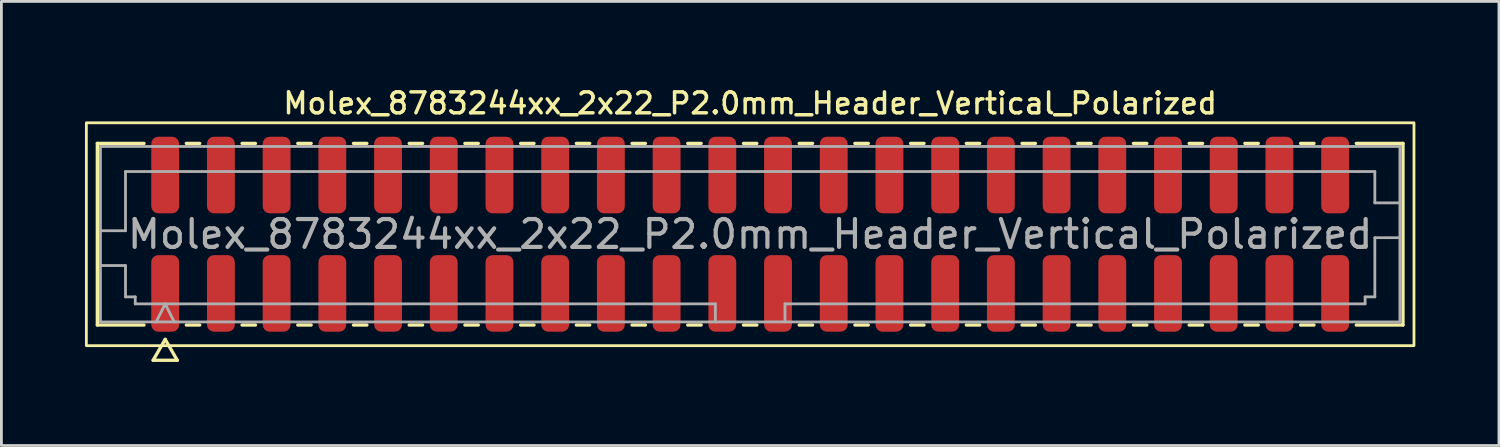
<source format=kicad_pcb>
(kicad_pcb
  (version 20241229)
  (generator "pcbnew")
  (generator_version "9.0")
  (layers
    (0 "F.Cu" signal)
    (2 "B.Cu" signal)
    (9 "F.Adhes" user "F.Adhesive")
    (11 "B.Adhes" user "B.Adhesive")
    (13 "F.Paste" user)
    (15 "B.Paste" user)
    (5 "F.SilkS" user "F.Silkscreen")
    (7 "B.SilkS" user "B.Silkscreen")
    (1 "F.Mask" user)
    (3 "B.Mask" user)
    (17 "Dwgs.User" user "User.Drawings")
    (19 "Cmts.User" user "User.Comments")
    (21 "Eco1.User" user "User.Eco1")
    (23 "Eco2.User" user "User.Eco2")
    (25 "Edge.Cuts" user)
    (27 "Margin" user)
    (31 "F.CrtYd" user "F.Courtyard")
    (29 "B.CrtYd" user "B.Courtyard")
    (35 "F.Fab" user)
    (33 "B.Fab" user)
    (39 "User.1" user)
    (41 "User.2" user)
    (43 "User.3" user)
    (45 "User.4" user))
  (footprint "Molex_8783244xx_2x22_P2.0mm_Header_Vertical_Polarized"
    (layer "F.Cu")
    (at 23.88 5.358)
    (property "Reference" "Molex_8783244xx_2x22_P2.0mm_Header_Vertical_Polarized" (at 0 -4.7 0) (layer "F.SilkS") (effects (font (size 0.75 0.75) (thickness 0.125))))
    (attr smd)
    (fp_line (start -23.435 -3.26) (end -21.76 -3.26) (stroke (width 0.12) (type solid)) (layer "F.SilkS"))
    (fp_line (start -23.435 3.26) (end -23.435 -3.26) (stroke (width 0.12) (type solid)) (layer "F.SilkS"))
    (fp_line (start -21.76 3.26) (end -23.435 3.26) (stroke (width 0.12) (type solid)) (layer "F.SilkS"))
    (fp_line (start -21.433 4.525) (end -21 3.775) (stroke (width 0.12) (type solid)) (layer "F.SilkS"))
    (fp_line (start -21 3.775) (end -20.567 4.525) (stroke (width 0.12) (type solid)) (layer "F.SilkS"))
    (fp_line (start -20.567 4.525) (end -21.433 4.525) (stroke (width 0.12) (type solid)) (layer "F.SilkS"))
    (fp_line (start -20.24 -3.26) (end -19.76 -3.26) (stroke (width 0.12) (type solid)) (layer "F.SilkS"))
    (fp_line (start -19.76 3.26) (end -20.24 3.26) (stroke (width 0.12) (type solid)) (layer "F.SilkS"))
    (fp_line (start -18.24 -3.26) (end -17.76 -3.26) (stroke (width 0.12) (type solid)) (layer "F.SilkS"))
    (fp_line (start -17.76 3.26) (end -18.24 3.26) (stroke (width 0.12) (type solid)) (layer "F.SilkS"))
    (fp_line (start -16.24 -3.26) (end -15.76 -3.26) (stroke (width 0.12) (type solid)) (layer "F.SilkS"))
    (fp_line (start -15.76 3.26) (end -16.24 3.26) (stroke (width 0.12) (type solid)) (layer "F.SilkS"))
    (fp_line (start -14.24 -3.26) (end -13.76 -3.26) (stroke (width 0.12) (type solid)) (layer "F.SilkS"))
    (fp_line (start -13.76 3.26) (end -14.24 3.26) (stroke (width 0.12) (type solid)) (layer "F.SilkS"))
    (fp_line (start -12.24 -3.26) (end -11.76 -3.26) (stroke (width 0.12) (type solid)) (layer "F.SilkS"))
    (fp_line (start -11.76 3.26) (end -12.24 3.26) (stroke (width 0.12) (type solid)) (layer "F.SilkS"))
    (fp_line (start -10.24 -3.26) (end -9.76 -3.26) (stroke (width 0.12) (type solid)) (layer "F.SilkS"))
    (fp_line (start -9.76 3.26) (end -10.24 3.26) (stroke (width 0.12) (type solid)) (layer "F.SilkS"))
    (fp_line (start -8.24 -3.26) (end -7.76 -3.26) (stroke (width 0.12) (type solid)) (layer "F.SilkS"))
    (fp_line (start -7.76 3.26) (end -8.24 3.26) (stroke (width 0.12) (type solid)) (layer "F.SilkS"))
    (fp_line (start -6.24 -3.26) (end -5.76 -3.26) (stroke (width 0.12) (type solid)) (layer "F.SilkS"))
    (fp_line (start -5.76 3.26) (end -6.24 3.26) (stroke (width 0.12) (type solid)) (layer "F.SilkS"))
    (fp_line (start -4.24 -3.26) (end -3.76 -3.26) (stroke (width 0.12) (type solid)) (layer "F.SilkS"))
    (fp_line (start -3.76 3.26) (end -4.24 3.26) (stroke (width 0.12) (type solid)) (layer "F.SilkS"))
    (fp_line (start -2.24 -3.26) (end -1.76 -3.26) (stroke (width 0.12) (type solid)) (layer "F.SilkS"))
    (fp_line (start -1.76 3.26) (end -2.24 3.26) (stroke (width 0.12) (type solid)) (layer "F.SilkS"))
    (fp_line (start -0.24 -3.26) (end 0.24 -3.26) (stroke (width 0.12) (type solid)) (layer "F.SilkS"))
    (fp_line (start 0.24 3.26) (end -0.24 3.26) (stroke (width 0.12) (type solid)) (layer "F.SilkS"))
    (fp_line (start 1.76 -3.26) (end 2.24 -3.26) (stroke (width 0.12) (type solid)) (layer "F.SilkS"))
    (fp_line (start 2.24 3.26) (end 1.76 3.26) (stroke (width 0.12) (type solid)) (layer "F.SilkS"))
    (fp_line (start 3.76 -3.26) (end 4.24 -3.26) (stroke (width 0.12) (type solid)) (layer "F.SilkS"))
    (fp_line (start 4.24 3.26) (end 3.76 3.26) (stroke (width 0.12) (type solid)) (layer "F.SilkS"))
    (fp_line (start 5.76 -3.26) (end 6.24 -3.26) (stroke (width 0.12) (type solid)) (layer "F.SilkS"))
    (fp_line (start 6.24 3.26) (end 5.76 3.26) (stroke (width 0.12) (type solid)) (layer "F.SilkS"))
    (fp_line (start 7.76 -3.26) (end 8.24 -3.26) (stroke (width 0.12) (type solid)) (layer "F.SilkS"))
    (fp_line (start 8.24 3.26) (end 7.76 3.26) (stroke (width 0.12) (type solid)) (layer "F.SilkS"))
    (fp_line (start 9.76 -3.26) (end 10.24 -3.26) (stroke (width 0.12) (type solid)) (layer "F.SilkS"))
    (fp_line (start 10.24 3.26) (end 9.76 3.26) (stroke (width 0.12) (type solid)) (layer "F.SilkS"))
    (fp_line (start 11.76 -3.26) (end 12.24 -3.26) (stroke (width 0.12) (type solid)) (layer "F.SilkS"))
    (fp_line (start 12.24 3.26) (end 11.76 3.26) (stroke (width 0.12) (type solid)) (layer "F.SilkS"))
    (fp_line (start 13.76 -3.26) (end 14.24 -3.26) (stroke (width 0.12) (type solid)) (layer "F.SilkS"))
    (fp_line (start 14.24 3.26) (end 13.76 3.26) (stroke (width 0.12) (type solid)) (layer "F.SilkS"))
    (fp_line (start 15.76 -3.26) (end 16.24 -3.26) (stroke (width 0.12) (type solid)) (layer "F.SilkS"))
    (fp_line (start 16.24 3.26) (end 15.76 3.26) (stroke (width 0.12) (type solid)) (layer "F.SilkS"))
    (fp_line (start 17.76 -3.26) (end 18.24 -3.26) (stroke (width 0.12) (type solid)) (layer "F.SilkS"))
    (fp_line (start 18.24 3.26) (end 17.76 3.26) (stroke (width 0.12) (type solid)) (layer "F.SilkS"))
    (fp_line (start 19.76 -3.26) (end 20.24 -3.26) (stroke (width 0.12) (type solid)) (layer "F.SilkS"))
    (fp_line (start 20.24 3.26) (end 19.76 3.26) (stroke (width 0.12) (type solid)) (layer "F.SilkS"))
    (fp_line (start 21.76 -3.26) (end 23.435 -3.26) (stroke (width 0.12) (type solid)) (layer "F.SilkS"))
    (fp_line (start 23.435 -3.26) (end 23.435 3.26) (stroke (width 0.12) (type solid)) (layer "F.SilkS"))
    (fp_line (start 23.435 3.26) (end 21.76 3.26) (stroke (width 0.12) (type solid)) (layer "F.SilkS"))
    (fp_rect (start -23.83 -4) (end 23.83 4) (stroke (width 0.1) (type solid)) (fill no) (layer "F.SilkS"))
    (fp_line (start -23.325 -3.15) (end 23.325 -3.15) (stroke (width 0.1) (type solid)) (layer "F.Fab"))
    (fp_line (start -23.325 -0.125) (end -22.425 -0.125) (stroke (width 0.1) (type solid)) (layer "F.Fab"))
    (fp_line (start -23.325 1.125) (end -22.425 1.125) (stroke (width 0.1) (type solid)) (layer "F.Fab"))
    (fp_line (start -23.325 3.15) (end -23.325 -3.15) (stroke (width 0.1) (type solid)) (layer "F.Fab"))
    (fp_line (start -22.425 -2.25) (end 22.425 -2.25) (stroke (width 0.1) (type solid)) (layer "F.Fab"))
    (fp_line (start -22.425 -0.125) (end -22.425 -2.25) (stroke (width 0.1) (type solid)) (layer "F.Fab"))
    (fp_line (start -22.425 1.125) (end -22.425 2.25) (stroke (width 0.1) (type solid)) (layer "F.Fab"))
    (fp_line (start -22.425 2.25) (end -22.075 2.25) (stroke (width 0.1) (type solid)) (layer "F.Fab"))
    (fp_line (start -22.075 2.25) (end -22.075 2.5) (stroke (width 0.1) (type solid)) (layer "F.Fab"))
    (fp_line (start -22.075 2.5) (end -1.25 2.5) (stroke (width 0.1) (type solid)) (layer "F.Fab"))
    (fp_line (start -21.325 3.15) (end -21 2.5) (stroke (width 0.1) (type solid)) (layer "F.Fab"))
    (fp_line (start -21 2.5) (end -20.675 3.15) (stroke (width 0.1) (type solid)) (layer "F.Fab"))
    (fp_line (start -1.25 2.5) (end -1.25 3.15) (stroke (width 0.1) (type solid)) (layer "F.Fab"))
    (fp_line (start 1.25 2.5) (end 1.25 3.15) (stroke (width 0.1) (type solid)) (layer "F.Fab"))
    (fp_line (start 1.25 2.5) (end 22.075 2.5) (stroke (width 0.1) (type solid)) (layer "F.Fab"))
    (fp_line (start 22.075 2.25) (end 22.425 2.25) (stroke (width 0.1) (type solid)) (layer "F.Fab"))
    (fp_line (start 22.075 2.5) (end 22.075 2.25) (stroke (width 0.1) (type solid)) (layer "F.Fab"))
    (fp_line (start 22.425 -2.25) (end 22.425 -1.125) (stroke (width 0.1) (type solid)) (layer "F.Fab"))
    (fp_line (start 22.425 -1.125) (end 23.325 -1.125) (stroke (width 0.1) (type solid)) (layer "F.Fab"))
    (fp_line (start 22.425 0.125) (end 23.325 0.125) (stroke (width 0.1) (type solid)) (layer "F.Fab"))
    (fp_line (start 22.425 2.25) (end 22.425 0.125) (stroke (width 0.1) (type solid)) (layer "F.Fab"))
    (fp_line (start 23.325 -3.15) (end 23.325 3.15) (stroke (width 0.1) (type solid)) (layer "F.Fab"))
    (fp_line (start 23.325 3.15) (end -23.325 3.15) (stroke (width 0.1) (type solid)) (layer "F.Fab"))
    (fp_text user "${REFERENCE}" (at 0 0 0) (layer "F.Fab") (effects (font (size 1 1) (thickness 0.15))))
    (pad "1" smd roundrect (at -21 2.125) (size 1 2.75) (layers "F.Cu" "F.Mask" "F.Paste") (roundrect_rratio 0.25))
    (pad "2" smd roundrect (at -21 -2.125) (size 1 2.75) (layers "F.Cu" "F.Mask" "F.Paste") (roundrect_rratio 0.25))
    (pad "3" smd roundrect (at -19 2.125) (size 1 2.75) (layers "F.Cu" "F.Mask" "F.Paste") (roundrect_rratio 0.25))
    (pad "4" smd roundrect (at -19 -2.125) (size 1 2.75) (layers "F.Cu" "F.Mask" "F.Paste") (roundrect_rratio 0.25))
    (pad "5" smd roundrect (at -17 2.125) (size 1 2.75) (layers "F.Cu" "F.Mask" "F.Paste") (roundrect_rratio 0.25))
    (pad "6" smd roundrect (at -17 -2.125) (size 1 2.75) (layers "F.Cu" "F.Mask" "F.Paste") (roundrect_rratio 0.25))
    (pad "7" smd roundrect (at -15 2.125) (size 1 2.75) (layers "F.Cu" "F.Mask" "F.Paste") (roundrect_rratio 0.25))
    (pad "8" smd roundrect (at -15 -2.125) (size 1 2.75) (layers "F.Cu" "F.Mask" "F.Paste") (roundrect_rratio 0.25))
    (pad "9" smd roundrect (at -13 2.125) (size 1 2.75) (layers "F.Cu" "F.Mask" "F.Paste") (roundrect_rratio 0.25))
    (pad "10" smd roundrect (at -13 -2.125) (size 1 2.75) (layers "F.Cu" "F.Mask" "F.Paste") (roundrect_rratio 0.25))
    (pad "11" smd roundrect (at -11 2.125) (size 1 2.75) (layers "F.Cu" "F.Mask" "F.Paste") (roundrect_rratio 0.25))
    (pad "12" smd roundrect (at -11 -2.125) (size 1 2.75) (layers "F.Cu" "F.Mask" "F.Paste") (roundrect_rratio 0.25))
    (pad "13" smd roundrect (at -9 2.125) (size 1 2.75) (layers "F.Cu" "F.Mask" "F.Paste") (roundrect_rratio 0.25))
    (pad "14" smd roundrect (at -9 -2.125) (size 1 2.75) (layers "F.Cu" "F.Mask" "F.Paste") (roundrect_rratio 0.25))
    (pad "15" smd roundrect (at -7 2.125) (size 1 2.75) (layers "F.Cu" "F.Mask" "F.Paste") (roundrect_rratio 0.25))
    (pad "16" smd roundrect (at -7 -2.125) (size 1 2.75) (layers "F.Cu" "F.Mask" "F.Paste") (roundrect_rratio 0.25))
    (pad "17" smd roundrect (at -5 2.125) (size 1 2.75) (layers "F.Cu" "F.Mask" "F.Paste") (roundrect_rratio 0.25))
    (pad "18" smd roundrect (at -5 -2.125) (size 1 2.75) (layers "F.Cu" "F.Mask" "F.Paste") (roundrect_rratio 0.25))
    (pad "19" smd roundrect (at -3 2.125) (size 1 2.75) (layers "F.Cu" "F.Mask" "F.Paste") (roundrect_rratio 0.25))
    (pad "20" smd roundrect (at -3 -2.125) (size 1 2.75) (layers "F.Cu" "F.Mask" "F.Paste") (roundrect_rratio 0.25))
    (pad "21" smd roundrect (at -1 2.125) (size 1 2.75) (layers "F.Cu" "F.Mask" "F.Paste") (roundrect_rratio 0.25))
    (pad "22" smd roundrect (at -1 -2.125) (size 1 2.75) (layers "F.Cu" "F.Mask" "F.Paste") (roundrect_rratio 0.25))
    (pad "23" smd roundrect (at 1 2.125) (size 1 2.75) (layers "F.Cu" "F.Mask" "F.Paste") (roundrect_rratio 0.25))
    (pad "24" smd roundrect (at 1 -2.125) (size 1 2.75) (layers "F.Cu" "F.Mask" "F.Paste") (roundrect_rratio 0.25))
    (pad "25" smd roundrect (at 3 2.125) (size 1 2.75) (layers "F.Cu" "F.Mask" "F.Paste") (roundrect_rratio 0.25))
    (pad "26" smd roundrect (at 3 -2.125) (size 1 2.75) (layers "F.Cu" "F.Mask" "F.Paste") (roundrect_rratio 0.25))
    (pad "27" smd roundrect (at 5 2.125) (size 1 2.75) (layers "F.Cu" "F.Mask" "F.Paste") (roundrect_rratio 0.25))
    (pad "28" smd roundrect (at 5 -2.125) (size 1 2.75) (layers "F.Cu" "F.Mask" "F.Paste") (roundrect_rratio 0.25))
    (pad "29" smd roundrect (at 7 2.125) (size 1 2.75) (layers "F.Cu" "F.Mask" "F.Paste") (roundrect_rratio 0.25))
    (pad "30" smd roundrect (at 7 -2.125) (size 1 2.75) (layers "F.Cu" "F.Mask" "F.Paste") (roundrect_rratio 0.25))
    (pad "31" smd roundrect (at 9 2.125) (size 1 2.75) (layers "F.Cu" "F.Mask" "F.Paste") (roundrect_rratio 0.25))
    (pad "32" smd roundrect (at 9 -2.125) (size 1 2.75) (layers "F.Cu" "F.Mask" "F.Paste") (roundrect_rratio 0.25))
    (pad "33" smd roundrect (at 11 2.125) (size 1 2.75) (layers "F.Cu" "F.Mask" "F.Paste") (roundrect_rratio 0.25))
    (pad "34" smd roundrect (at 11 -2.125) (size 1 2.75) (layers "F.Cu" "F.Mask" "F.Paste") (roundrect_rratio 0.25))
    (pad "35" smd roundrect (at 13 2.125) (size 1 2.75) (layers "F.Cu" "F.Mask" "F.Paste") (roundrect_rratio 0.25))
    (pad "36" smd roundrect (at 13 -2.125) (size 1 2.75) (layers "F.Cu" "F.Mask" "F.Paste") (roundrect_rratio 0.25))
    (pad "37" smd roundrect (at 15 2.125) (size 1 2.75) (layers "F.Cu" "F.Mask" "F.Paste") (roundrect_rratio 0.25))
    (pad "38" smd roundrect (at 15 -2.125) (size 1 2.75) (layers "F.Cu" "F.Mask" "F.Paste") (roundrect_rratio 0.25))
    (pad "39" smd roundrect (at 17 2.125) (size 1 2.75) (layers "F.Cu" "F.Mask" "F.Paste") (roundrect_rratio 0.25))
    (pad "40" smd roundrect (at 17 -2.125) (size 1 2.75) (layers "F.Cu" "F.Mask" "F.Paste") (roundrect_rratio 0.25))
    (pad "41" smd roundrect (at 19 2.125) (size 1 2.75) (layers "F.Cu" "F.Mask" "F.Paste") (roundrect_rratio 0.25))
    (pad "42" smd roundrect (at 19 -2.125) (size 1 2.75) (layers "F.Cu" "F.Mask" "F.Paste") (roundrect_rratio 0.25))
    (pad "43" smd roundrect (at 21 2.125) (size 1 2.75) (layers "F.Cu" "F.Mask" "F.Paste") (roundrect_rratio 0.25))
    (pad "44" smd roundrect (at 21 -2.125) (size 1 2.75) (layers "F.Cu" "F.Mask" "F.Paste") (roundrect_rratio 0.25)))
  (gr_rect
    (start -3 -3)
    (end 50.76 12.943)
    (stroke (width 0.1) (type default))
    (fill no)
    (layer "Edge.Cuts")))
</source>
